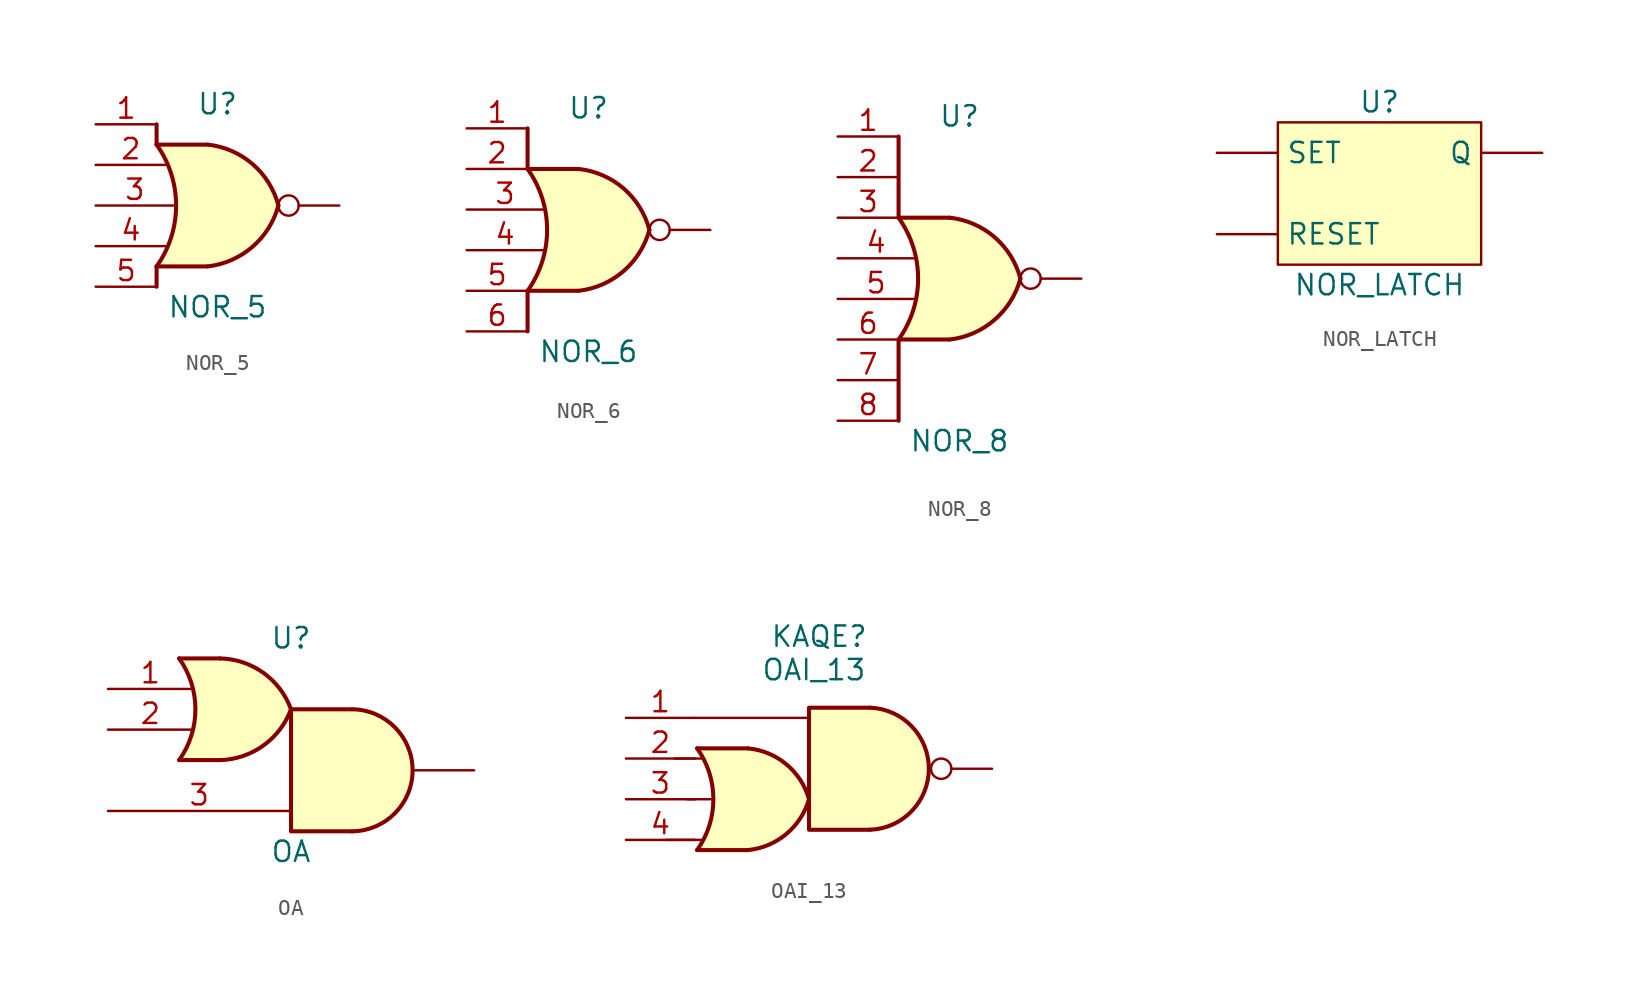
<source format=kicad_sym>
(kicad_symbol_lib
  (version 20220914)
  (generator kicad_symbol_editor)
  (symbol "NOR_5"
    (pin_names hide)
    (property "Reference" "U"
      (at 0 6.35 0)
      (effects (font (size 1.27 1.27))))
    (property "Value" "NOR_5"
      (at 0 -6.35 0)
      (effects (font (size 1.27 1.27))))
    (symbol "NOR_5_1_1"
      (arc (start -3.8102 -3.81) (mid -2.5892 0) (end -3.8102 3.81) (stroke (width 0.254) (type default)) (fill (type none)))
      (arc (start -0.6098 -3.81) (mid 2.1853 -2.584) (end 3.8098 0) (stroke (width 0.254) (type default)) (fill (type background)))
      (polyline (pts (xy -3.81 -3.81) (xy -3.81 -5.08)) (stroke (width 0.254) (type default)) (fill (type background)))
      (polyline (pts (xy -3.81 -3.81) (xy -0.635 -3.81)) (stroke (width 0.254) (type default)) (fill (type background)))
      (polyline (pts (xy -3.81 3.81) (xy -0.635 3.81)) (stroke (width 0.254) (type default)) (fill (type background)))
      (polyline (pts (xy -3.81 5.08) (xy -3.81 3.81)) (stroke (width 0.254) (type default)) (fill (type background)))
      (polyline (pts (xy -0.635 3.81) (xy -3.81 3.81) (xy -3.81 3.81) (xy -3.556 3.404) (xy -3.023 2.261) (xy -2.693 1.041) (xy -2.616 -0.254) (xy -2.769 -1.499) (xy -3.175 -2.718) (xy -3.81 -3.81) (xy -3.81 -3.81) (xy -0.635 -3.81)) (stroke (width -25.4) (type default)) (fill (type background)))
      (arc (start 3.8098 0) (mid 2.1926 2.5925) (end -0.6098 3.81) (stroke (width 0.254) (type default)) (fill (type background)))
      (pin input line (at -7.62 5.08 0) (length 3.81) (name "~" (effects (font (size 1.27 1.27)))) (number "1" (effects (font (size 1.27 1.27)))))
      (pin input line (at -7.62 2.54 0) (length 4.4) (name "~" (effects (font (size 1.27 1.27)))) (number "2" (effects (font (size 1.27 1.27)))))
      (pin input line (at -7.62 0 0) (length 4.9) (name "~" (effects (font (size 1.27 1.27)))) (number "3" (effects (font (size 1.27 1.27)))))
      (pin input line (at -7.62 -2.54 0) (length 4.4) (name "~" (effects (font (size 1.27 1.27)))) (number "4" (effects (font (size 1.27 1.27)))))
      (pin input line (at -7.62 -5.08 0) (length 3.81) (name "~" (effects (font (size 1.27 1.27)))) (number "5" (effects (font (size 1.27 1.27)))))
      (pin output inverted (at 7.62 0 180) (length 3.81) (name "~" (effects (font (size 1.27 1.27)))) (number "6" (effects (font (size 0 0)))))))
  (symbol "NOR_6"
    (pin_names hide)
    (property "Reference" "U"
      (at 0 7.62 0)
      (effects (font (size 1.27 1.27))))
    (property "Value" "NOR_6"
      (at 0 -7.62 0)
      (effects (font (size 1.27 1.27))))
    (symbol "NOR_6_1_1"
      (arc (start -3.8102 -3.81) (mid -2.5892 0) (end -3.8102 3.81) (stroke (width 0.254) (type default)) (fill (type none)))
      (arc (start -0.6098 -3.81) (mid 2.1853 -2.584) (end 3.8098 0) (stroke (width 0.254) (type default)) (fill (type background)))
      (polyline (pts (xy -3.81 -3.81) (xy -3.81 -6.35)) (stroke (width 0.254) (type default)) (fill (type background)))
      (polyline (pts (xy -3.81 -3.81) (xy -0.635 -3.81)) (stroke (width 0.254) (type default)) (fill (type background)))
      (polyline (pts (xy -3.81 3.81) (xy -0.635 3.81)) (stroke (width 0.254) (type default)) (fill (type background)))
      (polyline (pts (xy -3.81 6.35) (xy -3.81 3.81)) (stroke (width 0.254) (type default)) (fill (type background)))
      (polyline (pts (xy -0.635 3.81) (xy -3.81 3.81) (xy -3.81 3.81) (xy -3.556 3.404) (xy -3.023 2.261) (xy -2.693 1.041) (xy -2.616 -0.254) (xy -2.769 -1.499) (xy -3.175 -2.718) (xy -3.81 -3.81) (xy -3.81 -3.81) (xy -0.635 -3.81)) (stroke (width -25.4) (type default)) (fill (type background)))
      (arc (start 3.8098 0) (mid 2.1926 2.5925) (end -0.6098 3.81) (stroke (width 0.254) (type default)) (fill (type background)))
      (pin input line (at -7.62 6.35 0) (length 3.81) (name "~" (effects (font (size 1.27 1.27)))) (number "1" (effects (font (size 1.27 1.27)))))
      (pin input line (at -7.62 3.81 0) (length 3.81) (name "~" (effects (font (size 1.27 1.27)))) (number "2" (effects (font (size 1.27 1.27)))))
      (pin input line (at -7.62 1.27 0) (length 4.8) (name "~" (effects (font (size 1.27 1.27)))) (number "3" (effects (font (size 1.27 1.27)))))
      (pin input line (at -7.62 -1.27 0) (length 4.8) (name "~" (effects (font (size 1.27 1.27)))) (number "4" (effects (font (size 1.27 1.27)))))
      (pin input line (at -7.62 -3.81 0) (length 3.81) (name "~" (effects (font (size 1.27 1.27)))) (number "5" (effects (font (size 1.27 1.27)))))
      (pin input line (at -7.62 -6.35 0) (length 3.81) (name "~" (effects (font (size 1.27 1.27)))) (number "6" (effects (font (size 1.27 1.27)))))
      (pin output inverted (at 7.62 0 180) (length 3.81) (name "~" (effects (font (size 1.27 1.27)))) (number "7" (effects (font (size 0 0)))))))
  (symbol "NOR_8"
    (pin_names hide)
    (property "Reference" "U"
      (at 0 10.16 0)
      (effects (font (size 1.27 1.27))))
    (property "Value" "NOR_8"
      (at 0 -10.16 0)
      (effects (font (size 1.27 1.27))))
    (symbol "NOR_8_1_1"
      (arc (start -3.8102 -3.81) (mid -2.5892 0) (end -3.8102 3.81) (stroke (width 0.254) (type default)) (fill (type none)))
      (arc (start -0.6098 -3.81) (mid 2.1853 -2.584) (end 3.8098 0) (stroke (width 0.254) (type default)) (fill (type background)))
      (polyline (pts (xy -3.81 -3.81) (xy -3.81 -8.89)) (stroke (width 0.254) (type default)) (fill (type background)))
      (polyline (pts (xy -3.81 -3.81) (xy -0.635 -3.81)) (stroke (width 0.254) (type default)) (fill (type background)))
      (polyline (pts (xy -3.81 3.81) (xy -0.635 3.81)) (stroke (width 0.254) (type default)) (fill (type background)))
      (polyline (pts (xy -3.81 8.89) (xy -3.81 3.81)) (stroke (width 0.254) (type default)) (fill (type background)))
      (polyline (pts (xy -0.635 3.81) (xy -3.81 3.81) (xy -3.81 3.81) (xy -3.556 3.404) (xy -3.023 2.261) (xy -2.693 1.041) (xy -2.616 -0.254) (xy -2.769 -1.499) (xy -3.175 -2.718) (xy -3.81 -3.81) (xy -3.81 -3.81) (xy -0.635 -3.81)) (stroke (width -25.4) (type default)) (fill (type background)))
      (arc (start 3.8098 0) (mid 2.1926 2.5925) (end -0.6098 3.81) (stroke (width 0.254) (type default)) (fill (type background)))
      (pin input line (at -7.62 8.89 0) (length 3.81) (name "~" (effects (font (size 1.27 1.27)))) (number "1" (effects (font (size 1.27 1.27)))))
      (pin input line (at -7.62 6.35 0) (length 3.81) (name "~" (effects (font (size 1.27 1.27)))) (number "2" (effects (font (size 1.27 1.27)))))
      (pin input line (at -7.62 3.81 0) (length 3.81) (name "~" (effects (font (size 1.27 1.27)))) (number "3" (effects (font (size 1.27 1.27)))))
      (pin input line (at -7.62 1.27 0) (length 4.8) (name "~" (effects (font (size 1.27 1.27)))) (number "4" (effects (font (size 1.27 1.27)))))
      (pin input line (at -7.62 -1.27 0) (length 4.8) (name "~" (effects (font (size 1.27 1.27)))) (number "5" (effects (font (size 1.27 1.27)))))
      (pin input line (at -7.62 -3.81 0) (length 3.81) (name "~" (effects (font (size 1.27 1.27)))) (number "6" (effects (font (size 1.27 1.27)))))
      (pin input line (at -7.62 -6.35 0) (length 3.81) (name "~" (effects (font (size 1.27 1.27)))) (number "7" (effects (font (size 1.27 1.27)))))
      (pin input line (at -7.62 -8.89 0) (length 3.81) (name "~" (effects (font (size 1.27 1.27)))) (number "8" (effects (font (size 1.27 1.27)))))
      (pin output inverted (at 7.62 0 180) (length 3.81) (name "~" (effects (font (size 1.27 1.27)))) (number "9" (effects (font (size 0 0)))))))
  (symbol "NOR_LATCH"
    (pin_numbers hide)
    (property "Reference" "U"
      (at 0 5.715 0)
      (effects (font (size 1.27 1.27))))
    (property "Value" "NOR_LATCH"
      (at 0 -5.715 0)
      (effects (font (size 1.27 1.27))))
    (symbol "NOR_LATCH_0_1"
      (rectangle (start -6.35 4.445) (end 6.35 -4.445) (stroke (width 0) (type default)) (fill (type background))))
    (symbol "NOR_LATCH_1_1"
      (pin input line (at -10.16 2.54 0) (length 3.81) (name "SET" (effects (font (size 1.27 1.27)))) (number "1" (effects (font (size 1.27 1.27)))))
      (pin output line (at 10.16 2.54 180) (length 3.81) (name "Q" (effects (font (size 1.27 1.27)))) (number "3" (effects (font (size 1.27 1.27)))))
      (pin input line (at -10.16 -2.54 0) (length 3.81) (name "RESET" (effects (font (size 1.27 1.27)))) (number "4" (effects (font (size 1.27 1.27)))))))
  (symbol "OA"
    (pin_names hide)
    (property "Reference" "U"
      (at 0 6.985 0)
      (effects (font (size 1.27 1.27))))
    (property "Value" "OA"
      (at 0 -6.35 0)
      (effects (font (size 1.27 1.27))))
    (symbol "OA_1_1"
      (arc (start -6.985 -0.635) (mid -5.9677 2.54) (end -6.985 5.715) (stroke (width 0.254) (type default)) (fill (type none)))
      (arc (start -4.445 -0.635) (mid -1.7349 0.2698) (end -0.0002 2.54) (stroke (width 0.254) (type default)) (fill (type background)))
      (polyline (pts (xy -6.985 -0.635) (xy -4.445 -0.635)) (stroke (width 0.254) (type default)) (fill (type background)))
      (polyline (pts (xy -6.985 5.715) (xy -4.445 5.715)) (stroke (width 0.254) (type default)) (fill (type background)))
      (polyline (pts (xy 3.81 2.54) (xy 0 2.54) (xy 0 -5.08) (xy 3.81 -5.08)) (stroke (width 0.254) (type default)) (fill (type background)))
      (polyline (pts (xy -4.445 5.715) (xy -6.96 5.69) (xy -6.553 5.029) (xy -6.248 4.318) (xy -6.096 3.658) (xy -5.944 2.946) (xy -5.944 2.134) (xy -6.045 1.422) (xy -6.35 0.559) (xy -6.604 0) (xy -6.909 -0.61) (xy -4.445 -0.635)) (stroke (width -25.4) (type default)) (fill (type background)))
      (arc (start -0.0002 2.54) (mid -1.7288 4.8188) (end -4.445 5.715) (stroke (width 0.254) (type default)) (fill (type background)))
      (arc (start 3.81 -5.08) (mid 7.5925 -1.27) (end 3.81 2.54) (stroke (width 0.254) (type default)) (fill (type background)))
      (pin input line (at -11.43 3.81 0) (length 5.3) (name "~" (effects (font (size 1.27 1.27)))) (number "1" (effects (font (size 1.27 1.27)))))
      (pin input line (at -11.43 1.27 0) (length 5.3) (name "~" (effects (font (size 1.27 1.27)))) (number "2" (effects (font (size 1.27 1.27)))))
      (pin input line (at -11.43 -3.81 0) (length 11.4) (name "~" (effects (font (size 1.27 1.27)))) (number "3" (effects (font (size 1.27 1.27)))))
      (pin output line (at 11.43 -1.27 180) (length 3.81) (name "~" (effects (font (size 1.27 1.27)))) (number "4" (effects (font (size 0 0)))))))
  (symbol "OAI_13"
    (pin_names hide)
    (property "Reference" "KAQE"
      (at 0.635 10.16 0)
      (effects (font (size 1.27 1.27))))
    (property "Value" "OAI_13"
      (at 0.308 8.074 0)
      (effects (font (size 1.27 1.27))))
    (symbol "OAI_13_0_1"
      (polyline (pts (xy -8.89 -2.54) (xy -6.731 -2.54)) (stroke (width 0) (type default)) (fill (type none)))
      (polyline (pts (xy -8.382 2.54) (xy -6.731 2.54)) (stroke (width 0) (type default)) (fill (type none)))
      (polyline (pts (xy -7.62 0) (xy -5.969 0)) (stroke (width 0) (type default)) (fill (type none)))
      (polyline (pts (xy -7.112 5.08) (xy 0 5.08)) (stroke (width 0) (type default)) (fill (type none))))
    (symbol "OAI_13_1_1"
      (arc (start -6.985 -3.175) (mid -5.9699 0) (end -6.985 3.175) (stroke (width 0.254) (type default)) (fill (type none)))
      (arc (start -3.81 -3.175) (mid -1.4181 -2.1717) (end 0 0) (stroke (width 0.254) (type default)) (fill (type background)))
      (arc (start 0 0) (mid -1.4119 2.1793) (end -3.81 3.175) (stroke (width 0.254) (type default)) (fill (type background)))
      (polyline (pts (xy -6.985 -3.175) (xy -3.81 -3.175)) (stroke (width 0.254) (type default)) (fill (type background)))
      (polyline (pts (xy -6.985 3.175) (xy -3.81 3.175)) (stroke (width 0.254) (type default)) (fill (type background)))
      (polyline (pts (xy 3.81 5.715) (xy 0 5.715) (xy 0 -1.905) (xy 3.81 -1.905)) (stroke (width 0.254) (type default)) (fill (type background)))
      (polyline (pts (xy -3.81 3.175) (xy -6.985 3.175) (xy -6.35 1.905) (xy -6.35 1.905) (xy -6.35 1.905) (xy -6.096 1.016) (xy -5.969 0) (xy -6.096 -0.762) (xy -6.35 -1.905) (xy -6.985 -3.175) (xy -3.81 -3.175)) (stroke (width -25.4) (type default)) (fill (type background)))
      (arc (start 3.81 -1.905) (mid 7.4818 1.905) (end 3.81 5.715) (stroke (width 0.254) (type default)) (fill (type background)))
      (pin input line (at -11.43 5.08 0) (length 4.3) (name "~" (effects (font (size 1.27 1.27)))) (number "1" (effects (font (size 1.27 1.27)))))
      (pin input line (at -11.43 2.54 0) (length 4.3) (name "~" (effects (font (size 1.27 1.27)))) (number "2" (effects (font (size 1.27 1.27)))))
      (pin input line (at -11.43 0 0) (length 4.3) (name "~" (effects (font (size 1.27 1.27)))) (number "3" (effects (font (size 1.27 1.27)))))
      (pin input line (at -11.43 -2.54 0) (length 4.3) (name "~" (effects (font (size 1.27 1.27)))) (number "4" (effects (font (size 1.27 1.27)))))
      (pin output inverted (at 11.43 1.905 180) (length 3.81) (name "~" (effects (font (size 1.27 1.27)))) (number "5" (effects (font (size 0 0))))))))
</source>
